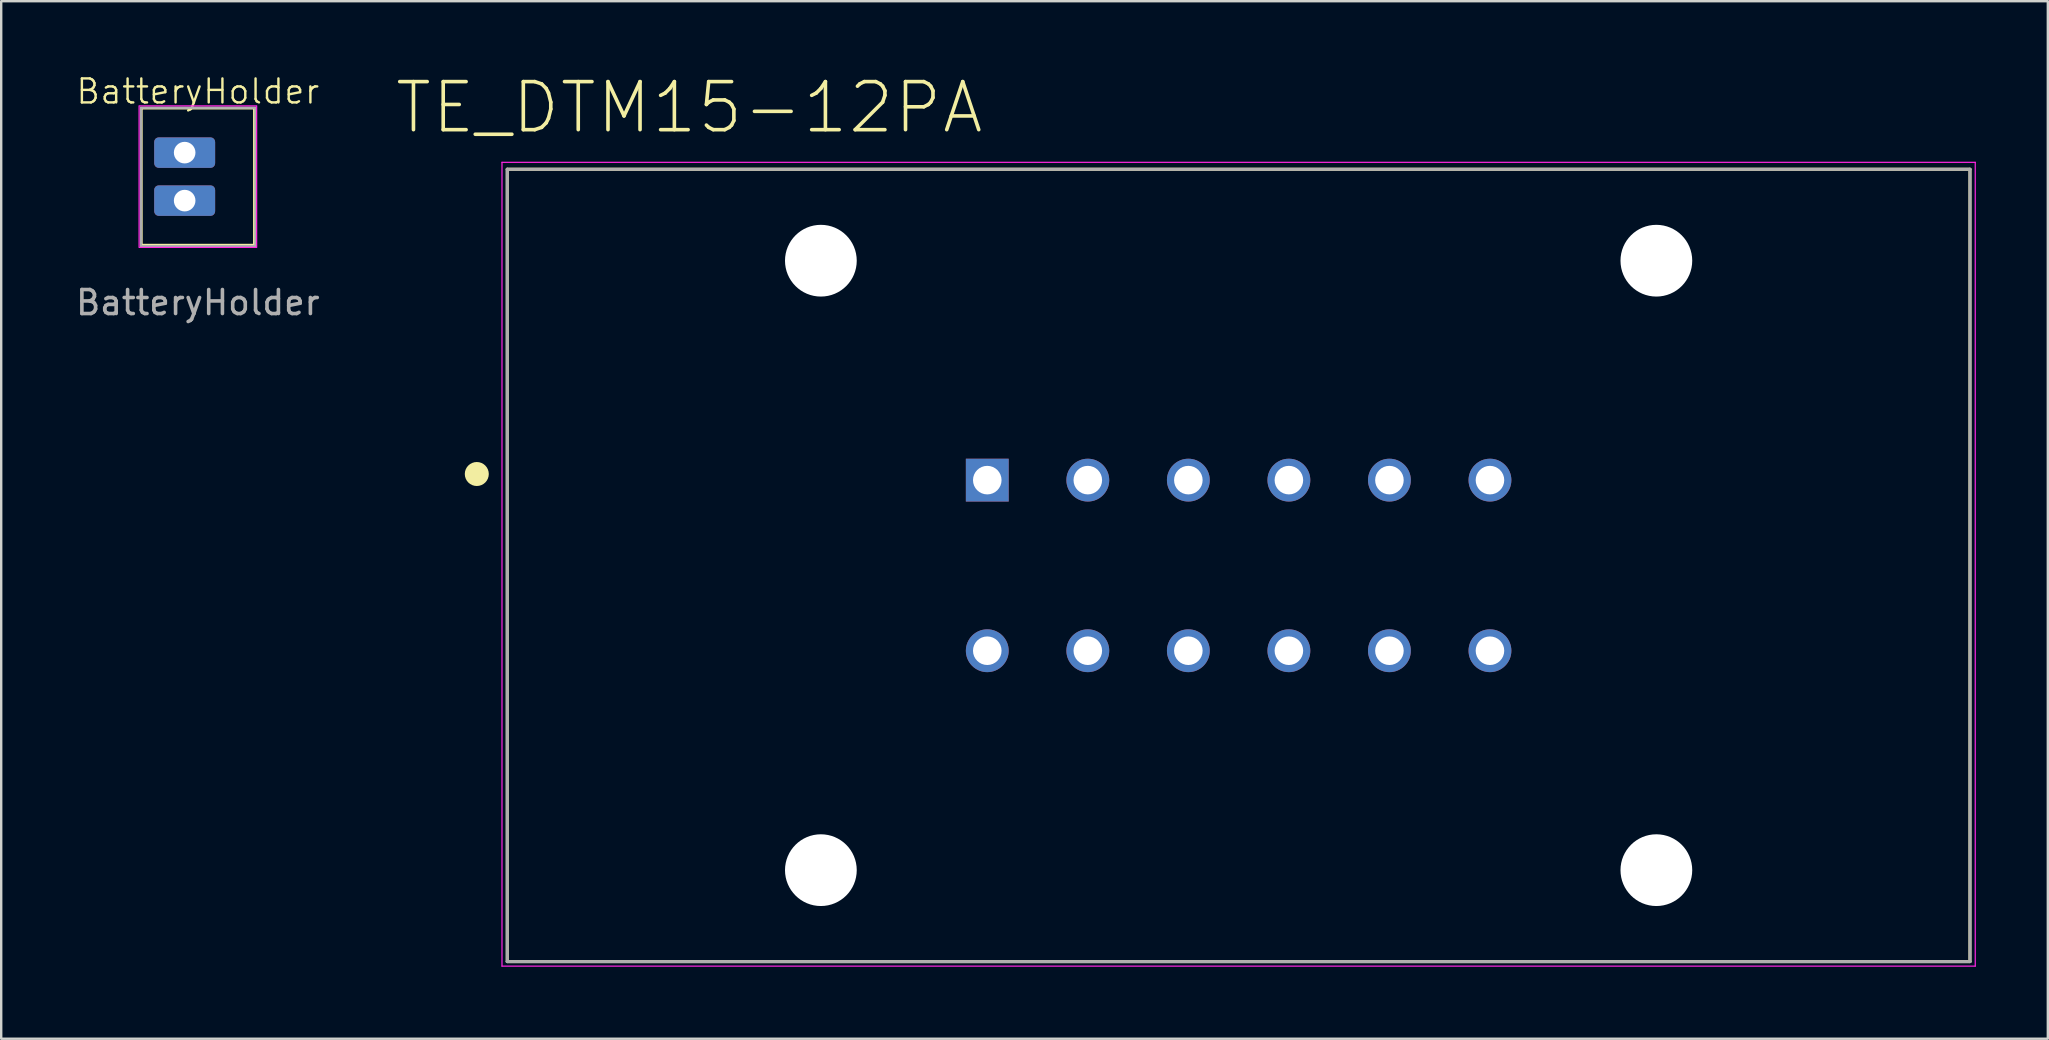
<source format=kicad_pcb>
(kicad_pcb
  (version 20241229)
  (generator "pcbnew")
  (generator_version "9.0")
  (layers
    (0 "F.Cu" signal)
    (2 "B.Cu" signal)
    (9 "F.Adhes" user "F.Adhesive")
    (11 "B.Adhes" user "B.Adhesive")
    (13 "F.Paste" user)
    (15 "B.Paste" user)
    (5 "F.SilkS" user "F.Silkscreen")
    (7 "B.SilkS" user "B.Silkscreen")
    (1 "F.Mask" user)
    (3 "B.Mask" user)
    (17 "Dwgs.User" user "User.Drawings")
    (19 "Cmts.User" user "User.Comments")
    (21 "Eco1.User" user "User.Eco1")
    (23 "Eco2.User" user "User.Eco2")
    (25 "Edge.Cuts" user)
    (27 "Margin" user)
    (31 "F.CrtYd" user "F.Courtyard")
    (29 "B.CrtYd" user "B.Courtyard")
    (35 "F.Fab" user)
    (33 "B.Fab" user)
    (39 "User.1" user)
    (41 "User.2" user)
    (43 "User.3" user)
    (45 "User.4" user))
  (footprint "BatteryHolder"
    (layer "F.Cu")
    (at 5.196 4.311)
    (property "Reference" "BatteryHolder" (at 0 -3.55 0) (unlocked yes) (layer "F.SilkS") (effects (font (size 1 1) (thickness 0.1))))
    (attr through_hole)
    (fp_rect (start -2.35 -2.85) (end 2.35 2.85) (stroke (width 0.1) (type solid)) (fill no) (layer "F.SilkS"))
    (fp_rect (start -2.45 -2.95) (end 2.45 2.95) (stroke (width 0.05) (type default)) (fill no) (layer "F.CrtYd"))
    (fp_rect (start -2.375 -2.875) (end 2.4 2.9) (stroke (width 0.1) (type default)) (fill no) (layer "F.Fab"))
    (fp_text user "${REFERENCE}" (at 0 5.25 0) (unlocked yes) (layer "F.Fab") (effects (font (size 1 1) (thickness 0.15))))
    (pad "1" thru_hole roundrect (at -0.55 -1) (size 2.54 1.27) (drill 0.9) (layers "*.Cu" "*.Mask") (roundrect_rratio 0.15))
    (pad "2" thru_hole roundrect (at -0.55 1) (size 2.54 1.27) (drill 0.9) (layers "*.Cu" "*.Mask") (roundrect_rratio 0.15)))
  (footprint "TE_DTM15-12PA"
    (layer "F.Cu")
    (at 48.571 20.515)
    (property "Reference" "TE_DTM15-12PA" (at -22.896 -19.08 0) (layer "F.SilkS") (effects (font (size 2.003 2.003) (thickness 0.15))))
    (attr through_hole)
    (fp_line (start -30.48 -16.51) (end 30.48 -16.51) (stroke (width 0.127) (type solid)) (layer "F.SilkS"))
    (fp_line (start -30.48 16.51) (end -30.48 -16.51) (stroke (width 0.127) (type solid)) (layer "F.SilkS"))
    (fp_line (start 30.48 -16.51) (end 30.48 16.51) (stroke (width 0.127) (type solid)) (layer "F.SilkS"))
    (fp_line (start 30.48 16.51) (end -30.48 16.51) (stroke (width 0.127) (type solid)) (layer "F.SilkS"))
    (fp_circle (center -31.75 -3.81) (end -31.5 -3.81) (stroke (width 0.5) (type solid)) (fill no) (layer "F.SilkS"))
    (fp_line (start -30.7 -16.8) (end 30.7 -16.8) (stroke (width 0.05) (type solid)) (layer "F.CrtYd"))
    (fp_line (start -30.7 16.7) (end -30.7 -16.8) (stroke (width 0.05) (type solid)) (layer "F.CrtYd"))
    (fp_line (start 30.7 -16.8) (end 30.7 16.7) (stroke (width 0.05) (type solid)) (layer "F.CrtYd"))
    (fp_line (start 30.7 16.7) (end -30.7 16.7) (stroke (width 0.05) (type solid)) (layer "F.CrtYd"))
    (fp_line (start -30.48 -16.51) (end 30.48 -16.51) (stroke (width 0.127) (type solid)) (layer "F.Fab"))
    (fp_line (start -30.48 16.51) (end -30.48 -16.51) (stroke (width 0.127) (type solid)) (layer "F.Fab"))
    (fp_line (start 30.48 -16.51) (end 30.48 16.51) (stroke (width 0.127) (type solid)) (layer "F.Fab"))
    (fp_line (start 30.48 16.51) (end -30.48 16.51) (stroke (width 0.127) (type solid)) (layer "F.Fab"))
    (pad "" np_thru_hole circle (at -17.41 -12.7) (size 2.99 2.99) (drill 2.99) (layers "*.Cu" "*.Mask"))
    (pad "" np_thru_hole circle (at -17.41 12.7) (size 2.99 2.99) (drill 2.99) (layers "*.Cu" "*.Mask"))
    (pad "" np_thru_hole circle (at 17.41 -12.7) (size 2.99 2.99) (drill 2.99) (layers "*.Cu" "*.Mask"))
    (pad "" np_thru_hole circle (at 17.41 12.7) (size 2.99 2.99) (drill 2.99) (layers "*.Cu" "*.Mask"))
    (pad "1" thru_hole rect (at -10.475 -3.555) (size 1.785 1.785) (drill 1.19) (layers "*.Cu" "*.Mask"))
    (pad "2" thru_hole circle (at -6.285 -3.555) (size 1.785 1.785) (drill 1.19) (layers "*.Cu" "*.Mask"))
    (pad "3" thru_hole circle (at -2.095 -3.555) (size 1.785 1.785) (drill 1.19) (layers "*.Cu" "*.Mask"))
    (pad "4" thru_hole circle (at 2.095 -3.555) (size 1.785 1.785) (drill 1.19) (layers "*.Cu" "*.Mask"))
    (pad "5" thru_hole circle (at 6.285 -3.555) (size 1.785 1.785) (drill 1.19) (layers "*.Cu" "*.Mask"))
    (pad "6" thru_hole circle (at 10.475 -3.555) (size 1.785 1.785) (drill 1.19) (layers "*.Cu" "*.Mask"))
    (pad "7" thru_hole circle (at 10.475 3.555) (size 1.785 1.785) (drill 1.19) (layers "*.Cu" "*.Mask"))
    (pad "8" thru_hole circle (at 6.285 3.555) (size 1.785 1.785) (drill 1.19) (layers "*.Cu" "*.Mask"))
    (pad "9" thru_hole circle (at 2.095 3.555) (size 1.785 1.785) (drill 1.19) (layers "*.Cu" "*.Mask"))
    (pad "10" thru_hole circle (at -2.095 3.555) (size 1.785 1.785) (drill 1.19) (layers "*.Cu" "*.Mask"))
    (pad "11" thru_hole circle (at -6.285 3.555) (size 1.785 1.785) (drill 1.19) (layers "*.Cu" "*.Mask"))
    (pad "12" thru_hole circle (at -10.475 3.555) (size 1.785 1.785) (drill 1.19) (layers "*.Cu" "*.Mask")))
  (gr_rect
    (start -3 -3)
    (end 82.296 40.24)
    (stroke (width 0.1) (type default))
    (fill no)
    (layer "Edge.Cuts")))
</source>
